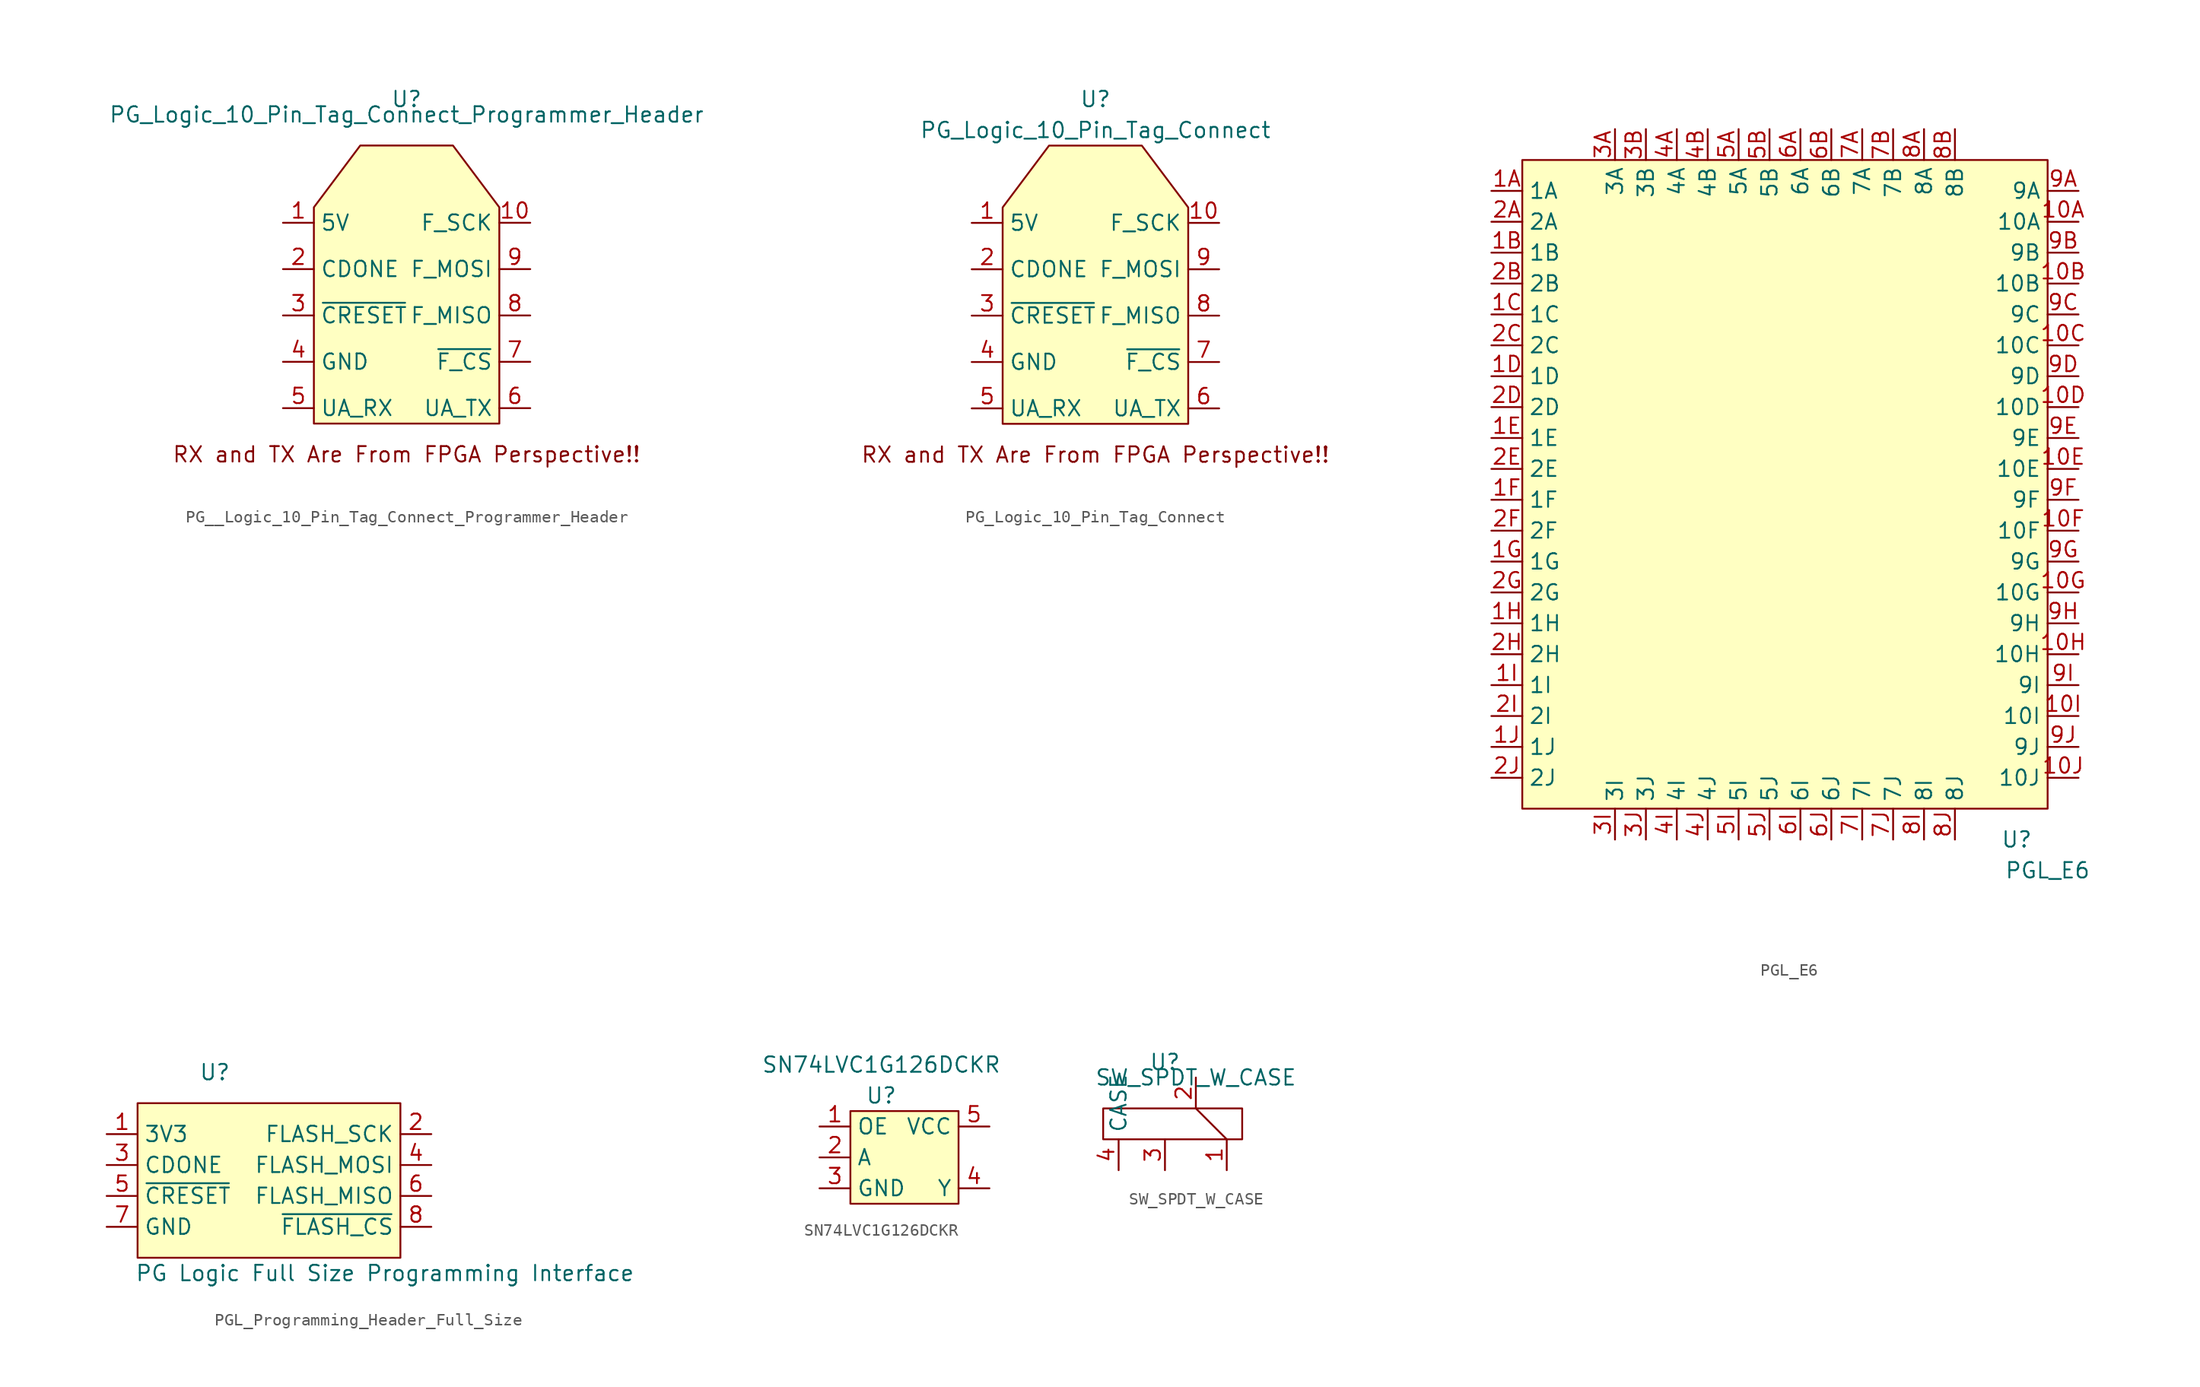
<source format=kicad_sym>
(kicad_symbol_lib
  (version 20220914)
  (generator kicad_symbol_editor)
  (symbol "PG__Logic_10_Pin_Tag_Connect_Programmer_Header"
    (property "Reference" "U"
      (at 0 1.27 0)
      (effects (font (size 1.27 1.27))))
    (property "Value" "PG_Logic_10_Pin_Tag_Connect_Programmer_Header"
      (at 0 0 0)
      (effects (font (size 1.27 1.27))))
    (symbol "PG__Logic_10_Pin_Tag_Connect_Programmer_Header_1_1"
      (polyline (pts (xy -7.62 -25.4) (xy -7.62 -7.62) (xy -3.81 -2.54) (xy 3.81 -2.54) (xy 7.62 -7.62) (xy 7.62 -25.4) (xy -7.62 -25.4)) (stroke (width 0) (type default)) (fill (type background)))
      (text "RX and TX Are From FPGA Perspective!!" (at 0 -27.94 0) (effects (font (size 1.27 1.27))))
      (pin input line (at -10.16 -8.89 0) (length 2.54) (name "5V" (effects (font (size 1.27 1.27)))) (number "1" (effects (font (size 1.27 1.27)))))
      (pin input line (at 10.16 -8.89 180) (length 2.54) (name "F_SCK" (effects (font (size 1.27 1.27)))) (number "10" (effects (font (size 1.27 1.27)))))
      (pin input line (at -10.16 -12.7 0) (length 2.54) (name "CDONE" (effects (font (size 1.27 1.27)))) (number "2" (effects (font (size 1.27 1.27)))))
      (pin input line (at -10.16 -16.51 0) (length 2.54) (name "~{CRESET}" (effects (font (size 1.27 1.27)))) (number "3" (effects (font (size 1.27 1.27)))))
      (pin input line (at -10.16 -20.32 0) (length 2.54) (name "GND" (effects (font (size 1.27 1.27)))) (number "4" (effects (font (size 1.27 1.27)))))
      (pin input line (at -10.16 -24.13 0) (length 2.54) (name "UA_RX" (effects (font (size 1.27 1.27)))) (number "5" (effects (font (size 1.27 1.27)))))
      (pin input line (at 10.16 -24.13 180) (length 2.54) (name "UA_TX" (effects (font (size 1.27 1.27)))) (number "6" (effects (font (size 1.27 1.27)))))
      (pin input line (at 10.16 -20.32 180) (length 2.54) (name "~{F_CS}" (effects (font (size 1.27 1.27)))) (number "7" (effects (font (size 1.27 1.27)))))
      (pin input line (at 10.16 -16.51 180) (length 2.54) (name "F_MISO" (effects (font (size 1.27 1.27)))) (number "8" (effects (font (size 1.27 1.27)))))
      (pin input line (at 10.16 -12.7 180) (length 2.54) (name "F_MOSI" (effects (font (size 1.27 1.27)))) (number "9" (effects (font (size 1.27 1.27)))))))
  (symbol "PG_Logic_10_Pin_Tag_Connect"
    (property "Reference" "U"
      (at 0 6.35 0)
      (effects (font (size 1.27 1.27))))
    (property "Value" "PG_Logic_10_Pin_Tag_Connect"
      (at 0 3.81 0)
      (effects (font (size 1.27 1.27))))
    (symbol "PG_Logic_10_Pin_Tag_Connect_1_1"
      (polyline (pts (xy -7.62 -20.32) (xy -7.62 -2.54) (xy -3.81 2.54) (xy 3.81 2.54) (xy 7.62 -2.54) (xy 7.62 -20.32) (xy -7.62 -20.32)) (stroke (width 0) (type default)) (fill (type background)))
      (text "RX and TX Are From FPGA Perspective!!" (at 0 -22.86 0) (effects (font (size 1.27 1.27))))
      (pin input line (at -10.16 -3.81 0) (length 2.54) (name "5V" (effects (font (size 1.27 1.27)))) (number "1" (effects (font (size 1.27 1.27)))))
      (pin input line (at 10.16 -3.81 180) (length 2.54) (name "F_SCK" (effects (font (size 1.27 1.27)))) (number "10" (effects (font (size 1.27 1.27)))))
      (pin input line (at -10.16 -7.62 0) (length 2.54) (name "CDONE" (effects (font (size 1.27 1.27)))) (number "2" (effects (font (size 1.27 1.27)))))
      (pin input line (at -10.16 -11.43 0) (length 2.54) (name "~{CRESET}" (effects (font (size 1.27 1.27)))) (number "3" (effects (font (size 1.27 1.27)))))
      (pin input line (at -10.16 -15.24 0) (length 2.54) (name "GND" (effects (font (size 1.27 1.27)))) (number "4" (effects (font (size 1.27 1.27)))))
      (pin input line (at -10.16 -19.05 0) (length 2.54) (name "UA_RX" (effects (font (size 1.27 1.27)))) (number "5" (effects (font (size 1.27 1.27)))))
      (pin input line (at 10.16 -19.05 180) (length 2.54) (name "UA_TX" (effects (font (size 1.27 1.27)))) (number "6" (effects (font (size 1.27 1.27)))))
      (pin input line (at 10.16 -15.24 180) (length 2.54) (name "~{F_CS}" (effects (font (size 1.27 1.27)))) (number "7" (effects (font (size 1.27 1.27)))))
      (pin input line (at 10.16 -11.43 180) (length 2.54) (name "F_MISO" (effects (font (size 1.27 1.27)))) (number "8" (effects (font (size 1.27 1.27)))))
      (pin input line (at 10.16 -7.62 180) (length 2.54) (name "F_MOSI" (effects (font (size 1.27 1.27)))) (number "9" (effects (font (size 1.27 1.27)))))))
  (symbol "PGL_E6"
    (property "Reference" "U"
      (at 38.1 -55.88 0)
      (effects (font (size 1.27 1.27))))
    (property "Value" "PGL_E6"
      (at 40.64 -58.42 0)
      (effects (font (size 1.27 1.27))))
    (symbol "PGL_E6_1_1"
      (rectangle (start -2.54 0) (end 40.64 -53.34) (stroke (width 0) (type default)) (fill (type background)))
      (pin input line (at 43.18 -5.08 180) (length 2.54) (name "10A" (effects (font (size 1.27 1.27)))) (number "10A" (effects (font (size 1.27 1.27)))))
      (pin input line (at 43.18 -10.16 180) (length 2.54) (name "10B" (effects (font (size 1.27 1.27)))) (number "10B" (effects (font (size 1.27 1.27)))))
      (pin input line (at 43.18 -15.24 180) (length 2.54) (name "10C" (effects (font (size 1.27 1.27)))) (number "10C" (effects (font (size 1.27 1.27)))))
      (pin input line (at 43.18 -20.32 180) (length 2.54) (name "10D" (effects (font (size 1.27 1.27)))) (number "10D" (effects (font (size 1.27 1.27)))))
      (pin input line (at 43.18 -25.4 180) (length 2.54) (name "10E" (effects (font (size 1.27 1.27)))) (number "10E" (effects (font (size 1.27 1.27)))))
      (pin input line (at 43.18 -30.48 180) (length 2.54) (name "10F" (effects (font (size 1.27 1.27)))) (number "10F" (effects (font (size 1.27 1.27)))))
      (pin input line (at 43.18 -35.56 180) (length 2.54) (name "10G" (effects (font (size 1.27 1.27)))) (number "10G" (effects (font (size 1.27 1.27)))))
      (pin input line (at 43.18 -40.64 180) (length 2.54) (name "10H" (effects (font (size 1.27 1.27)))) (number "10H" (effects (font (size 1.27 1.27)))))
      (pin input line (at 43.18 -45.72 180) (length 2.54) (name "10I" (effects (font (size 1.27 1.27)))) (number "10I" (effects (font (size 1.27 1.27)))))
      (pin input line (at 43.18 -50.8 180) (length 2.54) (name "10J" (effects (font (size 1.27 1.27)))) (number "10J" (effects (font (size 1.27 1.27)))))
      (pin input line (at -5.08 -2.54 0) (length 2.54) (name "1A" (effects (font (size 1.27 1.27)))) (number "1A" (effects (font (size 1.27 1.27)))))
      (pin input line (at -5.08 -7.62 0) (length 2.54) (name "1B" (effects (font (size 1.27 1.27)))) (number "1B" (effects (font (size 1.27 1.27)))))
      (pin input line (at -5.08 -12.7 0) (length 2.54) (name "1C" (effects (font (size 1.27 1.27)))) (number "1C" (effects (font (size 1.27 1.27)))))
      (pin input line (at -5.08 -17.78 0) (length 2.54) (name "1D" (effects (font (size 1.27 1.27)))) (number "1D" (effects (font (size 1.27 1.27)))))
      (pin input line (at -5.08 -22.86 0) (length 2.54) (name "1E" (effects (font (size 1.27 1.27)))) (number "1E" (effects (font (size 1.27 1.27)))))
      (pin input line (at -5.08 -27.94 0) (length 2.54) (name "1F" (effects (font (size 1.27 1.27)))) (number "1F" (effects (font (size 1.27 1.27)))))
      (pin input line (at -5.08 -33.02 0) (length 2.54) (name "1G" (effects (font (size 1.27 1.27)))) (number "1G" (effects (font (size 1.27 1.27)))))
      (pin input line (at -5.08 -38.1 0) (length 2.54) (name "1H" (effects (font (size 1.27 1.27)))) (number "1H" (effects (font (size 1.27 1.27)))))
      (pin input line (at -5.08 -43.18 0) (length 2.54) (name "1I" (effects (font (size 1.27 1.27)))) (number "1I" (effects (font (size 1.27 1.27)))))
      (pin input line (at -5.08 -48.26 0) (length 2.54) (name "1J" (effects (font (size 1.27 1.27)))) (number "1J" (effects (font (size 1.27 1.27)))))
      (pin input line (at -5.08 -5.08 0) (length 2.54) (name "2A" (effects (font (size 1.27 1.27)))) (number "2A" (effects (font (size 1.27 1.27)))))
      (pin input line (at -5.08 -10.16 0) (length 2.54) (name "2B" (effects (font (size 1.27 1.27)))) (number "2B" (effects (font (size 1.27 1.27)))))
      (pin input line (at -5.08 -15.24 0) (length 2.54) (name "2C" (effects (font (size 1.27 1.27)))) (number "2C" (effects (font (size 1.27 1.27)))))
      (pin input line (at -5.08 -20.32 0) (length 2.54) (name "2D" (effects (font (size 1.27 1.27)))) (number "2D" (effects (font (size 1.27 1.27)))))
      (pin input line (at -5.08 -25.4 0) (length 2.54) (name "2E" (effects (font (size 1.27 1.27)))) (number "2E" (effects (font (size 1.27 1.27)))))
      (pin input line (at -5.08 -30.48 0) (length 2.54) (name "2F" (effects (font (size 1.27 1.27)))) (number "2F" (effects (font (size 1.27 1.27)))))
      (pin input line (at -5.08 -35.56 0) (length 2.54) (name "2G" (effects (font (size 1.27 1.27)))) (number "2G" (effects (font (size 1.27 1.27)))))
      (pin input line (at -5.08 -40.64 0) (length 2.54) (name "2H" (effects (font (size 1.27 1.27)))) (number "2H" (effects (font (size 1.27 1.27)))))
      (pin input line (at -5.08 -45.72 0) (length 2.54) (name "2I" (effects (font (size 1.27 1.27)))) (number "2I" (effects (font (size 1.27 1.27)))))
      (pin input line (at -5.08 -50.8 0) (length 2.54) (name "2J" (effects (font (size 1.27 1.27)))) (number "2J" (effects (font (size 1.27 1.27)))))
      (pin input line (at 5.08 2.54 270) (length 2.54) (name "3A" (effects (font (size 1.27 1.27)))) (number "3A" (effects (font (size 1.27 1.27)))))
      (pin input line (at 7.62 2.54 270) (length 2.54) (name "3B" (effects (font (size 1.27 1.27)))) (number "3B" (effects (font (size 1.27 1.27)))))
      (pin input line (at 5.08 -55.88 90) (length 2.54) (name "3I" (effects (font (size 1.27 1.27)))) (number "3I" (effects (font (size 1.27 1.27)))))
      (pin input line (at 7.62 -55.88 90) (length 2.54) (name "3J" (effects (font (size 1.27 1.27)))) (number "3J" (effects (font (size 1.27 1.27)))))
      (pin input line (at 10.16 2.54 270) (length 2.54) (name "4A" (effects (font (size 1.27 1.27)))) (number "4A" (effects (font (size 1.27 1.27)))))
      (pin input line (at 12.7 2.54 270) (length 2.54) (name "4B" (effects (font (size 1.27 1.27)))) (number "4B" (effects (font (size 1.27 1.27)))))
      (pin input line (at 10.16 -55.88 90) (length 2.54) (name "4I" (effects (font (size 1.27 1.27)))) (number "4I" (effects (font (size 1.27 1.27)))))
      (pin input line (at 12.7 -55.88 90) (length 2.54) (name "4J" (effects (font (size 1.27 1.27)))) (number "4J" (effects (font (size 1.27 1.27)))))
      (pin input line (at 15.24 2.54 270) (length 2.54) (name "5A" (effects (font (size 1.27 1.27)))) (number "5A" (effects (font (size 1.27 1.27)))))
      (pin input line (at 17.78 2.54 270) (length 2.54) (name "5B" (effects (font (size 1.27 1.27)))) (number "5B" (effects (font (size 1.27 1.27)))))
      (pin input line (at 15.24 -55.88 90) (length 2.54) (name "5I" (effects (font (size 1.27 1.27)))) (number "5I" (effects (font (size 1.27 1.27)))))
      (pin input line (at 17.78 -55.88 90) (length 2.54) (name "5J" (effects (font (size 1.27 1.27)))) (number "5J" (effects (font (size 1.27 1.27)))))
      (pin input line (at 20.32 2.54 270) (length 2.54) (name "6A" (effects (font (size 1.27 1.27)))) (number "6A" (effects (font (size 1.27 1.27)))))
      (pin input line (at 22.86 2.54 270) (length 2.54) (name "6B" (effects (font (size 1.27 1.27)))) (number "6B" (effects (font (size 1.27 1.27)))))
      (pin input line (at 20.32 -55.88 90) (length 2.54) (name "6I" (effects (font (size 1.27 1.27)))) (number "6I" (effects (font (size 1.27 1.27)))))
      (pin input line (at 22.86 -55.88 90) (length 2.54) (name "6J" (effects (font (size 1.27 1.27)))) (number "6J" (effects (font (size 1.27 1.27)))))
      (pin input line (at 25.4 2.54 270) (length 2.54) (name "7A" (effects (font (size 1.27 1.27)))) (number "7A" (effects (font (size 1.27 1.27)))))
      (pin input line (at 27.94 2.54 270) (length 2.54) (name "7B" (effects (font (size 1.27 1.27)))) (number "7B" (effects (font (size 1.27 1.27)))))
      (pin input line (at 25.4 -55.88 90) (length 2.54) (name "7I" (effects (font (size 1.27 1.27)))) (number "7I" (effects (font (size 1.27 1.27)))))
      (pin input line (at 27.94 -55.88 90) (length 2.54) (name "7J" (effects (font (size 1.27 1.27)))) (number "7J" (effects (font (size 1.27 1.27)))))
      (pin input line (at 30.48 2.54 270) (length 2.54) (name "8A" (effects (font (size 1.27 1.27)))) (number "8A" (effects (font (size 1.27 1.27)))))
      (pin input line (at 33.02 2.54 270) (length 2.54) (name "8B" (effects (font (size 1.27 1.27)))) (number "8B" (effects (font (size 1.27 1.27)))))
      (pin input line (at 30.48 -55.88 90) (length 2.54) (name "8I" (effects (font (size 1.27 1.27)))) (number "8I" (effects (font (size 1.27 1.27)))))
      (pin input line (at 33.02 -55.88 90) (length 2.54) (name "8J" (effects (font (size 1.27 1.27)))) (number "8J" (effects (font (size 1.27 1.27)))))
      (pin input line (at 43.18 -2.54 180) (length 2.54) (name "9A" (effects (font (size 1.27 1.27)))) (number "9A" (effects (font (size 1.27 1.27)))))
      (pin input line (at 43.18 -7.62 180) (length 2.54) (name "9B" (effects (font (size 1.27 1.27)))) (number "9B" (effects (font (size 1.27 1.27)))))
      (pin input line (at 43.18 -12.7 180) (length 2.54) (name "9C" (effects (font (size 1.27 1.27)))) (number "9C" (effects (font (size 1.27 1.27)))))
      (pin input line (at 43.18 -17.78 180) (length 2.54) (name "9D" (effects (font (size 1.27 1.27)))) (number "9D" (effects (font (size 1.27 1.27)))))
      (pin input line (at 43.18 -22.86 180) (length 2.54) (name "9E" (effects (font (size 1.27 1.27)))) (number "9E" (effects (font (size 1.27 1.27)))))
      (pin input line (at 43.18 -27.94 180) (length 2.54) (name "9F" (effects (font (size 1.27 1.27)))) (number "9F" (effects (font (size 1.27 1.27)))))
      (pin input line (at 43.18 -33.02 180) (length 2.54) (name "9G" (effects (font (size 1.27 1.27)))) (number "9G" (effects (font (size 1.27 1.27)))))
      (pin input line (at 43.18 -38.1 180) (length 2.54) (name "9H" (effects (font (size 1.27 1.27)))) (number "9H" (effects (font (size 1.27 1.27)))))
      (pin input line (at 43.18 -43.18 180) (length 2.54) (name "9I" (effects (font (size 1.27 1.27)))) (number "9I" (effects (font (size 1.27 1.27)))))
      (pin input line (at 43.18 -48.26 180) (length 2.54) (name "9J" (effects (font (size 1.27 1.27)))) (number "9J" (effects (font (size 1.27 1.27)))))))
  (symbol "PGL_Programming_Header_Full_Size"
    (property "Reference" "U"
      (at 0 0 0)
      (effects (font (size 1.27 1.27))))
    (property "Value" "PG Logic Full Size Programming Interface"
      (at 13.97 -16.51 0)
      (effects (font (size 1.27 1.27))))
    (symbol "PGL_Programming_Header_Full_Size_1_1"
      (rectangle (start -6.35 -2.54) (end 15.24 -15.24) (stroke (width 0) (type default)) (fill (type background)))
      (pin input line (at -8.89 -5.08 0) (length 2.54) (name "3V3" (effects (font (size 1.27 1.27)))) (number "1" (effects (font (size 1.27 1.27)))))
      (pin input line (at 17.78 -5.08 180) (length 2.54) (name "FLASH_SCK" (effects (font (size 1.27 1.27)))) (number "2" (effects (font (size 1.27 1.27)))))
      (pin input line (at -8.89 -7.62 0) (length 2.54) (name "CDONE" (effects (font (size 1.27 1.27)))) (number "3" (effects (font (size 1.27 1.27)))))
      (pin input line (at 17.78 -7.62 180) (length 2.54) (name "FLASH_MOSI" (effects (font (size 1.27 1.27)))) (number "4" (effects (font (size 1.27 1.27)))))
      (pin input line (at -8.89 -10.16 0) (length 2.54) (name "~{CRESET}" (effects (font (size 1.27 1.27)))) (number "5" (effects (font (size 1.27 1.27)))))
      (pin input line (at 17.78 -10.16 180) (length 2.54) (name "FLASH_MISO" (effects (font (size 1.27 1.27)))) (number "6" (effects (font (size 1.27 1.27)))))
      (pin input line (at -8.89 -12.7 0) (length 2.54) (name "GND" (effects (font (size 1.27 1.27)))) (number "7" (effects (font (size 1.27 1.27)))))
      (pin input line (at 17.78 -12.7 180) (length 2.54) (name "~{FLASH_CS}" (effects (font (size 1.27 1.27)))) (number "8" (effects (font (size 1.27 1.27)))))))
  (symbol "SN74LVC1G126DCKR"
    (property "Reference" "U"
      (at 0 1.27 0)
      (effects (font (size 1.27 1.27))))
    (property "Value" "SN74LVC1G126DCKR"
      (at 0 3.81 0)
      (effects (font (size 1.27 1.27))))
    (symbol "SN74LVC1G126DCKR_1_1"
      (rectangle (start -2.54 0) (end 6.35 -7.62) (stroke (width 0) (type default)) (fill (type background)))
      (pin input line (at -5.08 -1.27 0) (length 2.54) (name "OE" (effects (font (size 1.27 1.27)))) (number "1" (effects (font (size 1.27 1.27)))))
      (pin input line (at -5.08 -3.81 0) (length 2.54) (name "A" (effects (font (size 1.27 1.27)))) (number "2" (effects (font (size 1.27 1.27)))))
      (pin input line (at -5.08 -6.35 0) (length 2.54) (name "GND" (effects (font (size 1.27 1.27)))) (number "3" (effects (font (size 1.27 1.27)))))
      (pin output line (at 8.89 -6.35 180) (length 2.54) (name "Y" (effects (font (size 1.27 1.27)))) (number "4" (effects (font (size 1.27 1.27)))))
      (pin input line (at 8.89 -1.27 180) (length 2.54) (name "VCC" (effects (font (size 1.27 1.27)))) (number "5" (effects (font (size 1.27 1.27)))))))
  (symbol "SW_SPDT_W_CASE"
    (property "Reference" "U"
      (at -2.54 1.27 0)
      (effects (font (size 1.27 1.27))))
    (property "Value" "SW_SPDT_W_CASE"
      (at 0 0 0)
      (effects (font (size 1.27 1.27))))
    (symbol "SW_SPDT_W_CASE_0_1"
      (rectangle (start -7.62 -2.54) (end 3.81 -5.08) (stroke (width 0) (type default)) (fill (type none)))
      (polyline (pts (xy 0 -2.54) (xy 2.54 -5.08)) (stroke (width 0) (type default)) (fill (type none))))
    (symbol "SW_SPDT_W_CASE_1_1"
      (pin input line (at 2.54 -7.62 90) (length 2.54) (name "~" (effects (font (size 1.27 1.27)))) (number "1" (effects (font (size 1.27 1.27)))))
      (pin input line (at 0 0 270) (length 2.54) (name "~" (effects (font (size 1.27 1.27)))) (number "2" (effects (font (size 1.27 1.27)))))
      (pin input line (at -2.54 -7.62 90) (length 2.54) (name "~" (effects (font (size 1.27 1.27)))) (number "3" (effects (font (size 1.27 1.27)))))
      (pin input line (at -6.35 -7.62 90) (length 2.54) (name "CASE" (effects (font (size 1.27 1.27)))) (number "4" (effects (font (size 1.27 1.27))))))))
</source>
